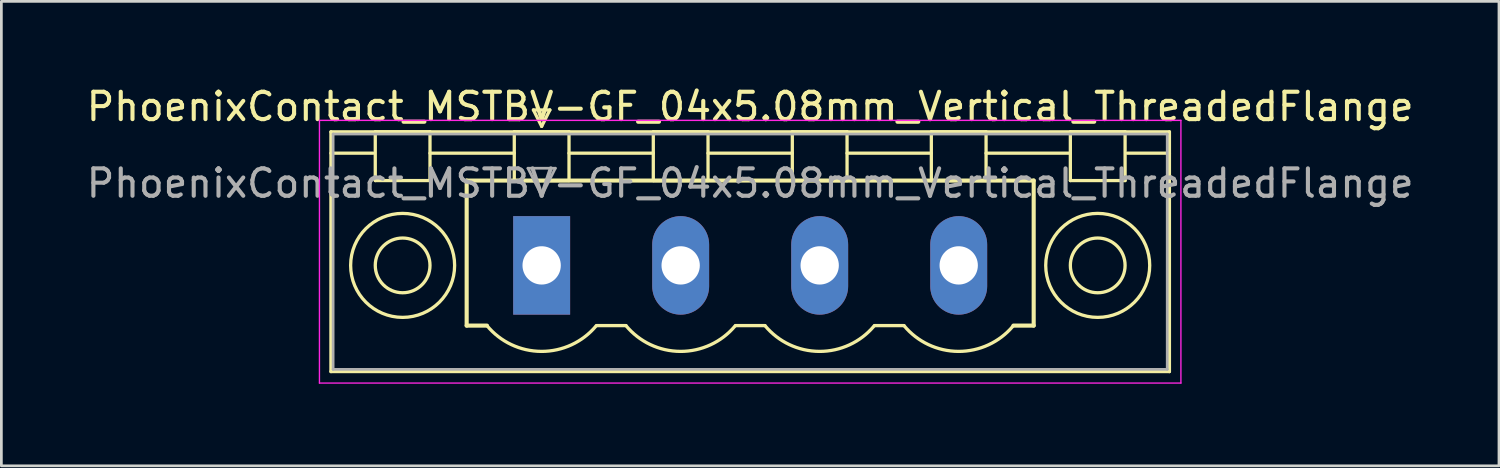
<source format=kicad_pcb>
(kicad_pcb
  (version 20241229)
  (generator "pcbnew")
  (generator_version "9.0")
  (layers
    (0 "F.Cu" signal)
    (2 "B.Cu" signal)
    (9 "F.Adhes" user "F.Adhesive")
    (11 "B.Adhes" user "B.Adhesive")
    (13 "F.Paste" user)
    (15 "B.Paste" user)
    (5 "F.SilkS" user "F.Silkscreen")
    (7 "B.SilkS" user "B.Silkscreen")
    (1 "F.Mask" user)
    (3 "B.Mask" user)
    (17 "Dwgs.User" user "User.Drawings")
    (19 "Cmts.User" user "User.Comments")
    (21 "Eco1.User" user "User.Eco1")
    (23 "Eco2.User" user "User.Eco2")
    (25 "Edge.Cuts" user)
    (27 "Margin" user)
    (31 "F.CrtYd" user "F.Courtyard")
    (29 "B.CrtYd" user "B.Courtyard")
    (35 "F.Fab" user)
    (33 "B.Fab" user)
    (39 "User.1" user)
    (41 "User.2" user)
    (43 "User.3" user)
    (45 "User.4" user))
  (footprint "PhoenixContact_MSTBV-GF_04x5.08mm_Vertical_ThreadedFlange"
    (layer "F.Cu")
    (at 16.743 6.648)
    (property "Reference" "PhoenixContact_MSTBV-GF_04x5.08mm_Vertical_ThreadedFlange" (at 7.62 -5.8 0) (layer "F.SilkS") (effects (font (size 1 1) (thickness 0.15))))
    (attr through_hole)
    (fp_line (start -7.7 -4.88) (end -7.7 3.88) (stroke (width 0.12) (type solid)) (layer "F.SilkS"))
    (fp_line (start -7.7 -4.1) (end -6.16 -4.1) (stroke (width 0.12) (type solid)) (layer "F.SilkS"))
    (fp_line (start -7.7 3.88) (end 22.94 3.88) (stroke (width 0.12) (type solid)) (layer "F.SilkS"))
    (fp_line (start -6.08 -4.88) (end -4.08 -4.88) (stroke (width 0.12) (type solid)) (layer "F.SilkS"))
    (fp_line (start -6.08 -3.1) (end -6.08 -4.88) (stroke (width 0.12) (type solid)) (layer "F.SilkS"))
    (fp_line (start -4.08 -4.88) (end -4.08 -3.1) (stroke (width 0.12) (type solid)) (layer "F.SilkS"))
    (fp_line (start -4.08 -4.1) (end -1 -4.1) (stroke (width 0.12) (type solid)) (layer "F.SilkS"))
    (fp_line (start -4.08 -3.1) (end -6.08 -3.1) (stroke (width 0.12) (type solid)) (layer "F.SilkS"))
    (fp_line (start -2.74 -3.1) (end 17.98 -3.1) (stroke (width 0.15) (type solid)) (layer "F.SilkS"))
    (fp_line (start -2.74 2.2) (end -2.74 -3.1) (stroke (width 0.15) (type solid)) (layer "F.SilkS"))
    (fp_line (start -2 2.2) (end -2.74 2.2) (stroke (width 0.15) (type solid)) (layer "F.SilkS"))
    (fp_line (start -1 -4.88) (end 1 -4.88) (stroke (width 0.12) (type solid)) (layer "F.SilkS"))
    (fp_line (start -1 -3.1) (end -1 -4.88) (stroke (width 0.12) (type solid)) (layer "F.SilkS"))
    (fp_line (start -0.3 -5.68) (end 0.3 -5.68) (stroke (width 0.12) (type solid)) (layer "F.SilkS"))
    (fp_line (start 0 -5.08) (end -0.3 -5.68) (stroke (width 0.12) (type solid)) (layer "F.SilkS"))
    (fp_line (start 0.3 -5.68) (end 0 -5.08) (stroke (width 0.12) (type solid)) (layer "F.SilkS"))
    (fp_line (start 1 -4.88) (end 1 -3.1) (stroke (width 0.12) (type solid)) (layer "F.SilkS"))
    (fp_line (start 1 -4.1) (end 4.08 -4.1) (stroke (width 0.12) (type solid)) (layer "F.SilkS"))
    (fp_line (start 1 -3.1) (end -1 -3.1) (stroke (width 0.12) (type solid)) (layer "F.SilkS"))
    (fp_line (start 2 2.2) (end 3.08 2.2) (stroke (width 0.12) (type solid)) (layer "F.SilkS"))
    (fp_line (start 4.08 -4.88) (end 6.08 -4.88) (stroke (width 0.12) (type solid)) (layer "F.SilkS"))
    (fp_line (start 4.08 -3.1) (end 4.08 -4.88) (stroke (width 0.12) (type solid)) (layer "F.SilkS"))
    (fp_line (start 6.08 -4.88) (end 6.08 -3.1) (stroke (width 0.12) (type solid)) (layer "F.SilkS"))
    (fp_line (start 6.08 -4.1) (end 9.16 -4.1) (stroke (width 0.12) (type solid)) (layer "F.SilkS"))
    (fp_line (start 6.08 -3.1) (end 4.08 -3.1) (stroke (width 0.12) (type solid)) (layer "F.SilkS"))
    (fp_line (start 7.08 2.2) (end 8.16 2.2) (stroke (width 0.12) (type solid)) (layer "F.SilkS"))
    (fp_line (start 9.16 -4.88) (end 11.16 -4.88) (stroke (width 0.12) (type solid)) (layer "F.SilkS"))
    (fp_line (start 9.16 -3.1) (end 9.16 -4.88) (stroke (width 0.12) (type solid)) (layer "F.SilkS"))
    (fp_line (start 11.16 -4.88) (end 11.16 -3.1) (stroke (width 0.12) (type solid)) (layer "F.SilkS"))
    (fp_line (start 11.16 -4.1) (end 14.24 -4.1) (stroke (width 0.12) (type solid)) (layer "F.SilkS"))
    (fp_line (start 11.16 -3.1) (end 9.16 -3.1) (stroke (width 0.12) (type solid)) (layer "F.SilkS"))
    (fp_line (start 12.16 2.2) (end 13.24 2.2) (stroke (width 0.12) (type solid)) (layer "F.SilkS"))
    (fp_line (start 14.24 -4.88) (end 16.24 -4.88) (stroke (width 0.12) (type solid)) (layer "F.SilkS"))
    (fp_line (start 14.24 -3.1) (end 14.24 -4.88) (stroke (width 0.12) (type solid)) (layer "F.SilkS"))
    (fp_line (start 16.24 -4.88) (end 16.24 -3.1) (stroke (width 0.12) (type solid)) (layer "F.SilkS"))
    (fp_line (start 16.24 -4.1) (end 19.32 -4.1) (stroke (width 0.12) (type solid)) (layer "F.SilkS"))
    (fp_line (start 16.24 -3.1) (end 14.24 -3.1) (stroke (width 0.12) (type solid)) (layer "F.SilkS"))
    (fp_line (start 17.98 -3.1) (end 17.98 2.2) (stroke (width 0.15) (type solid)) (layer "F.SilkS"))
    (fp_line (start 17.98 2.2) (end 17.24 2.2) (stroke (width 0.15) (type solid)) (layer "F.SilkS"))
    (fp_line (start 19.32 -4.88) (end 21.32 -4.88) (stroke (width 0.12) (type solid)) (layer "F.SilkS"))
    (fp_line (start 19.32 -3.1) (end 19.32 -4.88) (stroke (width 0.12) (type solid)) (layer "F.SilkS"))
    (fp_line (start 21.32 -4.88) (end 21.32 -3.1) (stroke (width 0.12) (type solid)) (layer "F.SilkS"))
    (fp_line (start 21.32 -3.1) (end 19.32 -3.1) (stroke (width 0.12) (type solid)) (layer "F.SilkS"))
    (fp_line (start 22.94 -4.88) (end -7.7 -4.88) (stroke (width 0.12) (type solid)) (layer "F.SilkS"))
    (fp_line (start 22.94 -4.1) (end 21.4 -4.1) (stroke (width 0.12) (type solid)) (layer "F.SilkS"))
    (fp_line (start 22.94 3.88) (end 22.94 -4.88) (stroke (width 0.12) (type solid)) (layer "F.SilkS"))
    (fp_arc (start 1.986842 2.215821) (mid -0.010289 3.142758) (end -2 2.2) (stroke (width 0.12) (type solid)) (layer "F.SilkS"))
    (fp_arc (start 7.066842 2.215821) (mid 5.069711 3.142758) (end 3.08 2.2) (stroke (width 0.12) (type solid)) (layer "F.SilkS"))
    (fp_arc (start 12.146842 2.215821) (mid 10.149711 3.142758) (end 8.16 2.2) (stroke (width 0.12) (type solid)) (layer "F.SilkS"))
    (fp_arc (start 17.226842 2.215821) (mid 15.229711 3.142758) (end 13.24 2.2) (stroke (width 0.12) (type solid)) (layer "F.SilkS"))
    (fp_circle (center -5.08 0) (end -4.08 0) (stroke (width 0.12) (type solid)) (fill no) (layer "F.SilkS"))
    (fp_circle (center -5.08 0) (end -3.18 0) (stroke (width 0.12) (type solid)) (fill no) (layer "F.SilkS"))
    (fp_circle (center 20.32 0) (end 21.32 0) (stroke (width 0.12) (type solid)) (fill no) (layer "F.SilkS"))
    (fp_circle (center 20.32 0) (end 22.22 0) (stroke (width 0.12) (type solid)) (fill no) (layer "F.SilkS"))
    (fp_line (start -8.12 -5.3) (end -8.12 4.3) (stroke (width 0.05) (type solid)) (layer "F.CrtYd"))
    (fp_line (start -8.12 4.3) (end 23.36 4.3) (stroke (width 0.05) (type solid)) (layer "F.CrtYd"))
    (fp_line (start 23.36 -5.3) (end -8.12 -5.3) (stroke (width 0.05) (type solid)) (layer "F.CrtYd"))
    (fp_line (start 23.36 4.3) (end 23.36 -5.3) (stroke (width 0.05) (type solid)) (layer "F.CrtYd"))
    (fp_line (start -7.62 -4.8) (end -7.62 3.8) (stroke (width 0.1) (type solid)) (layer "F.Fab"))
    (fp_line (start -7.62 3.8) (end 22.86 3.8) (stroke (width 0.1) (type solid)) (layer "F.Fab"))
    (fp_line (start -0.5 -3.55) (end 0.5 -3.55) (stroke (width 0.1) (type solid)) (layer "F.Fab"))
    (fp_line (start 0 -2.55) (end -0.5 -3.55) (stroke (width 0.1) (type solid)) (layer "F.Fab"))
    (fp_line (start 0.5 -3.55) (end 0 -2.55) (stroke (width 0.1) (type solid)) (layer "F.Fab"))
    (fp_line (start 22.86 -4.8) (end -7.62 -4.8) (stroke (width 0.1) (type solid)) (layer "F.Fab"))
    (fp_line (start 22.86 3.8) (end 22.86 -4.8) (stroke (width 0.1) (type solid)) (layer "F.Fab"))
    (fp_text user "${REFERENCE}" (at 7.62 -3 0) (layer "F.Fab") (effects (font (size 1 1) (thickness 0.15))))
    (pad "1" thru_hole rect (at 0 0) (size 2.08 3.6) (drill 1.4) (layers "*.Cu" "*.Mask"))
    (pad "2" thru_hole oval (at 5.08 0) (size 2.08 3.6) (drill 1.4) (layers "*.Cu" "*.Mask"))
    (pad "3" thru_hole oval (at 10.16 0) (size 2.08 3.6) (drill 1.4) (layers "*.Cu" "*.Mask"))
    (pad "4" thru_hole oval (at 15.24 0) (size 2.08 3.6) (drill 1.4) (layers "*.Cu" "*.Mask")))
  (gr_rect
    (start -3 -3)
    (end 51.726 13.973)
    (stroke (width 0.1) (type default))
    (fill no)
    (layer "Edge.Cuts")))
</source>
